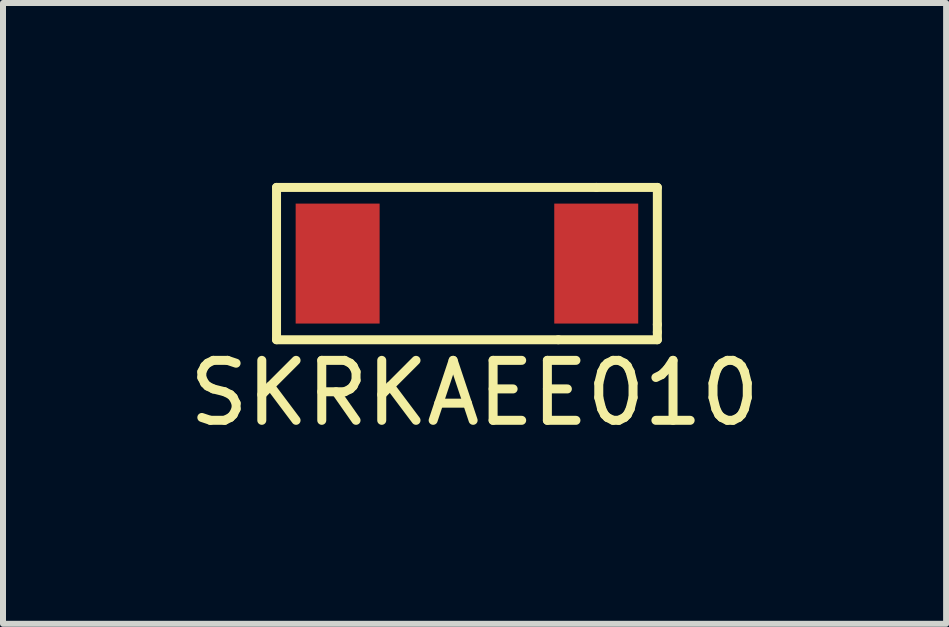
<source format=kicad_pcb>
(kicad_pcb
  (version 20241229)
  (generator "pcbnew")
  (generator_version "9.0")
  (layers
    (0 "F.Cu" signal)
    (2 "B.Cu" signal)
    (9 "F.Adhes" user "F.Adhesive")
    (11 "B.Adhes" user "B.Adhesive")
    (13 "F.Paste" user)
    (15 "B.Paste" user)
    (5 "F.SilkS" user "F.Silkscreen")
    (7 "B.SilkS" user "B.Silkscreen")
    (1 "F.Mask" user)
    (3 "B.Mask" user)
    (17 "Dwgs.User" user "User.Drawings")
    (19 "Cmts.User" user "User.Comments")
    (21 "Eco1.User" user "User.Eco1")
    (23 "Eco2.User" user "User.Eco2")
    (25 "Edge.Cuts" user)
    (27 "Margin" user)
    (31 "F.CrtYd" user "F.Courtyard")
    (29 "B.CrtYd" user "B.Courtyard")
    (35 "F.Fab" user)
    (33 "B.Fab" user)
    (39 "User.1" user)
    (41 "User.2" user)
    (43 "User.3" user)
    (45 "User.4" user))
  (footprint "SKRKAEE010"
    (layer "F.Cu")
    (at 4.736 1.345)
    (property "Reference" "SKRKAEE010" (at 0.127 2.159 0) (layer "F.SilkS") (effects (font (size 1 1) (thickness 0.15))))
    (attr through_hole)
    (fp_line (start -3.175 -1.27) (end -3.175 1.27) (stroke (width 0.15) (type solid)) (layer "F.SilkS"))
    (fp_line (start -3.175 -1.27) (end 2.159 -1.27) (stroke (width 0.15) (type solid)) (layer "F.SilkS"))
    (fp_line (start 1.524 1.27) (end -3.175 1.27) (stroke (width 0.15) (type solid)) (layer "F.SilkS"))
    (fp_line (start 2.159 -1.27) (end 3.175 -1.27) (stroke (width 0.15) (type solid)) (layer "F.SilkS"))
    (fp_line (start 3.175 -1.27) (end 3.175 1.016) (stroke (width 0.15) (type solid)) (layer "F.SilkS"))
    (fp_line (start 3.175 1.016) (end 3.175 1.143) (stroke (width 0.15) (type solid)) (layer "F.SilkS"))
    (fp_line (start 3.175 1.143) (end 3.175 1.27) (stroke (width 0.15) (type solid)) (layer "F.SilkS"))
    (fp_line (start 3.175 1.27) (end 1.524 1.27) (stroke (width 0.15) (type solid)) (layer "F.SilkS"))
    (pad "1" smd rect (at -2.156 0) (size 1.4 2) (layers "F.Cu" "F.Mask" "F.Paste"))
    (pad "2" smd rect (at 2.156 0) (size 1.4 2) (layers "F.Cu" "F.Mask" "F.Paste")))
  (gr_rect
    (start -3 -3)
    (end 12.726 7.352)
    (stroke (width 0.1) (type default))
    (fill no)
    (layer "Edge.Cuts")))
</source>
